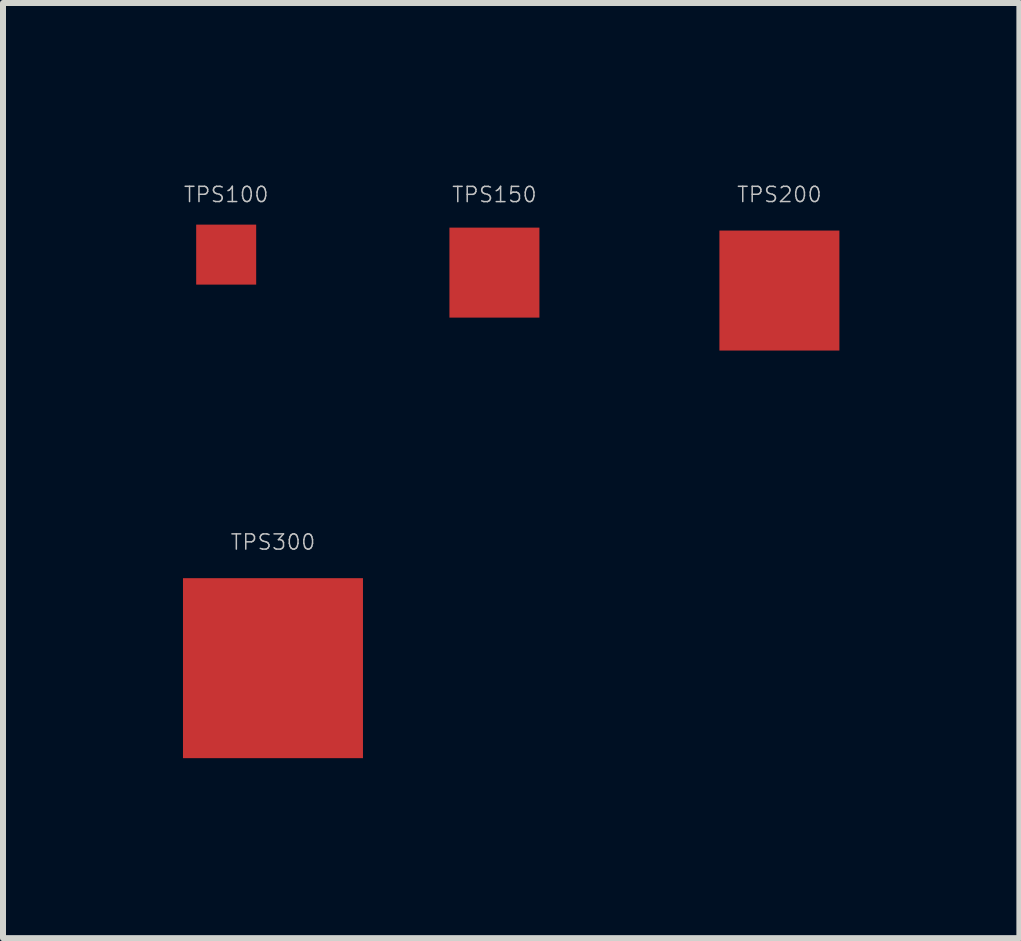
<source format=kicad_pcb>
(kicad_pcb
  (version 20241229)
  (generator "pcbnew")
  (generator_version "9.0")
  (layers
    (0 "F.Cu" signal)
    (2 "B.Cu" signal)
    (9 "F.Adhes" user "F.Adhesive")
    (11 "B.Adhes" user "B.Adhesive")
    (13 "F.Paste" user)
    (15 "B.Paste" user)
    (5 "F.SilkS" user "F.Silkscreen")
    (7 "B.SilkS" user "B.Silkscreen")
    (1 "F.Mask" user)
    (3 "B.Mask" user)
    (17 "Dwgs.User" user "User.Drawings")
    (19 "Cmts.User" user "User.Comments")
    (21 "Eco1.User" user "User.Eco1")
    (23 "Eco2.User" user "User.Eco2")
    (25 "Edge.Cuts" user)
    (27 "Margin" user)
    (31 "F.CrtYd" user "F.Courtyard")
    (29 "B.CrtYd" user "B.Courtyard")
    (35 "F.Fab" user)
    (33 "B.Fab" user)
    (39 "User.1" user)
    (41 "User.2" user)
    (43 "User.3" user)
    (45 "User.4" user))
  (footprint "TPS150"
    (layer "F.Cu")
    (at 5.191 1.494)
    (property "Reference" "TPS150" (at 0 -1.3 0) (layer "Dwgs.User") (effects (font (size 0.254 0.254) (thickness 0.025))))
    (attr smd)
    (pad "1" smd rect (at 0 0) (size 1.5 1.5) (layers "F.Cu" "F.Mask" "F.Paste")))
  (footprint "TPS300"
    (layer "F.Cu")
    (at 1.5 8.087)
    (property "Reference" "TPS300" (at 0 -2.101 0) (layer "Dwgs.User") (effects (font (size 0.254 0.254) (thickness 0.025))))
    (attr smd)
    (pad "1" smd rect (at 0 0) (size 3 3) (layers "F.Cu" "F.Mask" "F.Paste")))
  (footprint "TPS100"
    (layer "F.Cu")
    (at 0.72 1.194)
    (property "Reference" "TPS100" (at 0 -1.001 0) (layer "Dwgs.User") (effects (font (size 0.254 0.254) (thickness 0.025))))
    (attr smd)
    (pad "1" smd rect (at 0 0) (size 1 1) (layers "F.Cu" "F.Mask" "F.Paste")))
  (footprint "TPS200"
    (layer "F.Cu")
    (at 9.941 1.793)
    (property "Reference" "TPS200" (at 0 -1.6 0) (layer "Dwgs.User") (effects (font (size 0.254 0.254) (thickness 0.025))))
    (attr smd)
    (pad "1" smd rect (at 0 0) (size 2 2) (layers "F.Cu" "F.Mask" "F.Paste")))
  (gr_rect
    (start -3 -3)
    (end 13.941 12.587)
    (stroke (width 0.1) (type default))
    (fill no)
    (layer "Edge.Cuts")))
</source>
